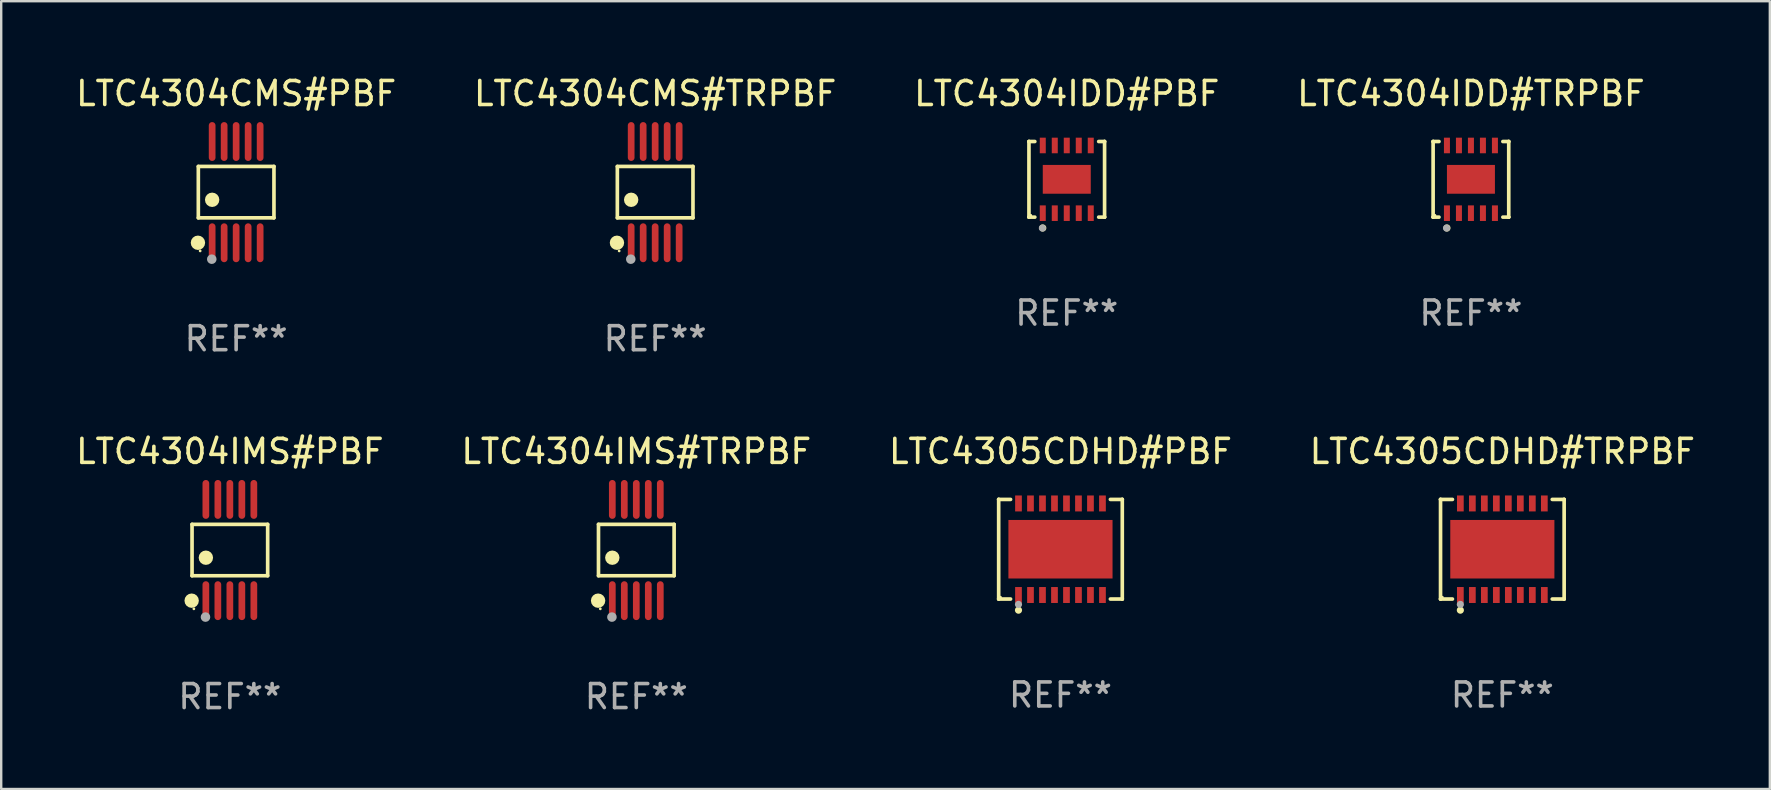
<source format=kicad_pcb>
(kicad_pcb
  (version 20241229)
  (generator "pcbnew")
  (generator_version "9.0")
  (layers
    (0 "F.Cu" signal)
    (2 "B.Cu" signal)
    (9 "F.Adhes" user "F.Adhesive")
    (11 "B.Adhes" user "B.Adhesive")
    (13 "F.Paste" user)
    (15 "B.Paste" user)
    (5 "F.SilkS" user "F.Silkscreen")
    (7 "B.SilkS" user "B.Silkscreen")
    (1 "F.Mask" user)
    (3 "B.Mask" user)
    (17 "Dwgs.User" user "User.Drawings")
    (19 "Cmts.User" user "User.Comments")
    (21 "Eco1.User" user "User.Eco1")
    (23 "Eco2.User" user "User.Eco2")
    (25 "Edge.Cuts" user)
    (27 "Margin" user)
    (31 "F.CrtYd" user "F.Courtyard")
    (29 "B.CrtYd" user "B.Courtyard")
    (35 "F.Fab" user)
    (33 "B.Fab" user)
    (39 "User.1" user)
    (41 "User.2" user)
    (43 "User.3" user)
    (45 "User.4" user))
  (footprint "LTC4304CMS#PBF"
    (layer "F.Cu")
    (at 6.792 4.958)
    (property "Reference" "LTC4304CMS#PBF" (at 0 -4.11 0) (layer "F.SilkS") (effects (font (size 1 1) (thickness 0.15))))
    (attr through_hole)
    (fp_line (start -1.576 -1.071) (end 1.576 -1.071) (stroke (width 0.152) (type solid)) (layer "F.SilkS"))
    (fp_line (start -1.576 1.071) (end -1.576 -1.071) (stroke (width 0.152) (type solid)) (layer "F.SilkS"))
    (fp_line (start 1.576 -1.071) (end 1.576 1.071) (stroke (width 0.152) (type solid)) (layer "F.SilkS"))
    (fp_line (start 1.576 1.071) (end -1.576 1.071) (stroke (width 0.152) (type solid)) (layer "F.SilkS"))
    (fp_circle (center -1.592 2.11) (end -1.442 2.11) (stroke (width 0.3) (type solid)) (fill no) (layer "F.SilkS"))
    (fp_circle (center -1.5 2.45) (end -1.47 2.45) (stroke (width 0.06) (type solid)) (fill no) (layer "F.SilkS"))
    (fp_circle (center -1 0.319) (end -0.85 0.319) (stroke (width 0.3) (type solid)) (fill no) (layer "F.SilkS"))
    (fp_circle (center -1.016 2.794) (end -0.916 2.794) (stroke (width 0.2) (type solid)) (fill no) (layer "F.Fab"))
    (fp_text user "REF**" (at 0 6.11 0) (layer "F.Fab") (effects (font (size 1 1) (thickness 0.15))))
    (pad "1" smd oval (at -1 2.11) (size 0.28 1.62) (layers "F.Cu" "F.Mask" "F.Paste"))
    (pad "2" smd oval (at -0.5 2.11) (size 0.28 1.62) (layers "F.Cu" "F.Mask" "F.Paste"))
    (pad "3" smd oval (at 0 2.11) (size 0.28 1.62) (layers "F.Cu" "F.Mask" "F.Paste"))
    (pad "4" smd oval (at 0.5 2.11) (size 0.28 1.62) (layers "F.Cu" "F.Mask" "F.Paste"))
    (pad "5" smd oval (at 1 2.11) (size 0.28 1.62) (layers "F.Cu" "F.Mask" "F.Paste"))
    (pad "6" smd oval (at 1 -2.11) (size 0.28 1.62) (layers "F.Cu" "F.Mask" "F.Paste"))
    (pad "7" smd oval (at 0.5 -2.11) (size 0.28 1.62) (layers "F.Cu" "F.Mask" "F.Paste"))
    (pad "8" smd oval (at 0 -2.11) (size 0.28 1.62) (layers "F.Cu" "F.Mask" "F.Paste"))
    (pad "9" smd oval (at -0.5 -2.11) (size 0.28 1.62) (layers "F.Cu" "F.Mask" "F.Paste"))
    (pad "10" smd oval (at -1 -2.11) (size 0.28 1.62) (layers "F.Cu" "F.Mask" "F.Paste")))
  (footprint "LTC4304IMS#PBF"
    (layer "F.Cu")
    (at 6.53 19.875)
    (property "Reference" "LTC4304IMS#PBF" (at 0 -4.11 0) (layer "F.SilkS") (effects (font (size 1 1) (thickness 0.15))))
    (attr through_hole)
    (fp_line (start -1.576 -1.071) (end 1.576 -1.071) (stroke (width 0.152) (type solid)) (layer "F.SilkS"))
    (fp_line (start -1.576 1.071) (end -1.576 -1.071) (stroke (width 0.152) (type solid)) (layer "F.SilkS"))
    (fp_line (start 1.576 -1.071) (end 1.576 1.071) (stroke (width 0.152) (type solid)) (layer "F.SilkS"))
    (fp_line (start 1.576 1.071) (end -1.576 1.071) (stroke (width 0.152) (type solid)) (layer "F.SilkS"))
    (fp_circle (center -1.592 2.11) (end -1.442 2.11) (stroke (width 0.3) (type solid)) (fill no) (layer "F.SilkS"))
    (fp_circle (center -1.5 2.45) (end -1.47 2.45) (stroke (width 0.06) (type solid)) (fill no) (layer "F.SilkS"))
    (fp_circle (center -1 0.319) (end -0.85 0.319) (stroke (width 0.3) (type solid)) (fill no) (layer "F.SilkS"))
    (fp_circle (center -1.016 2.794) (end -0.916 2.794) (stroke (width 0.2) (type solid)) (fill no) (layer "F.Fab"))
    (fp_text user "REF**" (at 0 6.11 0) (layer "F.Fab") (effects (font (size 1 1) (thickness 0.15))))
    (pad "1" smd oval (at -1 2.11) (size 0.28 1.62) (layers "F.Cu" "F.Mask" "F.Paste"))
    (pad "2" smd oval (at -0.5 2.11) (size 0.28 1.62) (layers "F.Cu" "F.Mask" "F.Paste"))
    (pad "3" smd oval (at 0 2.11) (size 0.28 1.62) (layers "F.Cu" "F.Mask" "F.Paste"))
    (pad "4" smd oval (at 0.5 2.11) (size 0.28 1.62) (layers "F.Cu" "F.Mask" "F.Paste"))
    (pad "5" smd oval (at 1 2.11) (size 0.28 1.62) (layers "F.Cu" "F.Mask" "F.Paste"))
    (pad "6" smd oval (at 1 -2.11) (size 0.28 1.62) (layers "F.Cu" "F.Mask" "F.Paste"))
    (pad "7" smd oval (at 0.5 -2.11) (size 0.28 1.62) (layers "F.Cu" "F.Mask" "F.Paste"))
    (pad "8" smd oval (at 0 -2.11) (size 0.28 1.62) (layers "F.Cu" "F.Mask" "F.Paste"))
    (pad "9" smd oval (at -0.5 -2.11) (size 0.28 1.62) (layers "F.Cu" "F.Mask" "F.Paste"))
    (pad "10" smd oval (at -1 -2.11) (size 0.28 1.62) (layers "F.Cu" "F.Mask" "F.Paste")))
  (footprint "LTC4304CMS#TRPBF"
    (layer "F.Cu")
    (at 24.256 4.958)
    (property "Reference" "LTC4304CMS#TRPBF" (at 0 -4.11 0) (layer "F.SilkS") (effects (font (size 1 1) (thickness 0.15))))
    (attr through_hole)
    (fp_line (start -1.576 -1.071) (end 1.576 -1.071) (stroke (width 0.152) (type solid)) (layer "F.SilkS"))
    (fp_line (start -1.576 1.071) (end -1.576 -1.071) (stroke (width 0.152) (type solid)) (layer "F.SilkS"))
    (fp_line (start 1.576 -1.071) (end 1.576 1.071) (stroke (width 0.152) (type solid)) (layer "F.SilkS"))
    (fp_line (start 1.576 1.071) (end -1.576 1.071) (stroke (width 0.152) (type solid)) (layer "F.SilkS"))
    (fp_circle (center -1.592 2.11) (end -1.442 2.11) (stroke (width 0.3) (type solid)) (fill no) (layer "F.SilkS"))
    (fp_circle (center -1.5 2.45) (end -1.47 2.45) (stroke (width 0.06) (type solid)) (fill no) (layer "F.SilkS"))
    (fp_circle (center -1 0.319) (end -0.85 0.319) (stroke (width 0.3) (type solid)) (fill no) (layer "F.SilkS"))
    (fp_circle (center -1.016 2.794) (end -0.916 2.794) (stroke (width 0.2) (type solid)) (fill no) (layer "F.Fab"))
    (fp_text user "REF**" (at 0 6.11 0) (layer "F.Fab") (effects (font (size 1 1) (thickness 0.15))))
    (pad "1" smd oval (at -1 2.11) (size 0.28 1.62) (layers "F.Cu" "F.Mask" "F.Paste"))
    (pad "2" smd oval (at -0.5 2.11) (size 0.28 1.62) (layers "F.Cu" "F.Mask" "F.Paste"))
    (pad "3" smd oval (at 0 2.11) (size 0.28 1.62) (layers "F.Cu" "F.Mask" "F.Paste"))
    (pad "4" smd oval (at 0.5 2.11) (size 0.28 1.62) (layers "F.Cu" "F.Mask" "F.Paste"))
    (pad "5" smd oval (at 1 2.11) (size 0.28 1.62) (layers "F.Cu" "F.Mask" "F.Paste"))
    (pad "6" smd oval (at 1 -2.11) (size 0.28 1.62) (layers "F.Cu" "F.Mask" "F.Paste"))
    (pad "7" smd oval (at 0.5 -2.11) (size 0.28 1.62) (layers "F.Cu" "F.Mask" "F.Paste"))
    (pad "8" smd oval (at 0 -2.11) (size 0.28 1.62) (layers "F.Cu" "F.Mask" "F.Paste"))
    (pad "9" smd oval (at -0.5 -2.11) (size 0.28 1.62) (layers "F.Cu" "F.Mask" "F.Paste"))
    (pad "10" smd oval (at -1 -2.11) (size 0.28 1.62) (layers "F.Cu" "F.Mask" "F.Paste")))
  (footprint "LTC4304IMS#TRPBF"
    (layer "F.Cu")
    (at 23.47 19.875)
    (property "Reference" "LTC4304IMS#TRPBF" (at 0 -4.11 0) (layer "F.SilkS") (effects (font (size 1 1) (thickness 0.15))))
    (attr through_hole)
    (fp_line (start -1.576 -1.071) (end 1.576 -1.071) (stroke (width 0.152) (type solid)) (layer "F.SilkS"))
    (fp_line (start -1.576 1.071) (end -1.576 -1.071) (stroke (width 0.152) (type solid)) (layer "F.SilkS"))
    (fp_line (start 1.576 -1.071) (end 1.576 1.071) (stroke (width 0.152) (type solid)) (layer "F.SilkS"))
    (fp_line (start 1.576 1.071) (end -1.576 1.071) (stroke (width 0.152) (type solid)) (layer "F.SilkS"))
    (fp_circle (center -1.592 2.11) (end -1.442 2.11) (stroke (width 0.3) (type solid)) (fill no) (layer "F.SilkS"))
    (fp_circle (center -1.5 2.45) (end -1.47 2.45) (stroke (width 0.06) (type solid)) (fill no) (layer "F.SilkS"))
    (fp_circle (center -1 0.319) (end -0.85 0.319) (stroke (width 0.3) (type solid)) (fill no) (layer "F.SilkS"))
    (fp_circle (center -1.016 2.794) (end -0.916 2.794) (stroke (width 0.2) (type solid)) (fill no) (layer "F.Fab"))
    (fp_text user "REF**" (at 0 6.11 0) (layer "F.Fab") (effects (font (size 1 1) (thickness 0.15))))
    (pad "1" smd oval (at -1 2.11) (size 0.28 1.62) (layers "F.Cu" "F.Mask" "F.Paste"))
    (pad "2" smd oval (at -0.5 2.11) (size 0.28 1.62) (layers "F.Cu" "F.Mask" "F.Paste"))
    (pad "3" smd oval (at 0 2.11) (size 0.28 1.62) (layers "F.Cu" "F.Mask" "F.Paste"))
    (pad "4" smd oval (at 0.5 2.11) (size 0.28 1.62) (layers "F.Cu" "F.Mask" "F.Paste"))
    (pad "5" smd oval (at 1 2.11) (size 0.28 1.62) (layers "F.Cu" "F.Mask" "F.Paste"))
    (pad "6" smd oval (at 1 -2.11) (size 0.28 1.62) (layers "F.Cu" "F.Mask" "F.Paste"))
    (pad "7" smd oval (at 0.5 -2.11) (size 0.28 1.62) (layers "F.Cu" "F.Mask" "F.Paste"))
    (pad "8" smd oval (at 0 -2.11) (size 0.28 1.62) (layers "F.Cu" "F.Mask" "F.Paste"))
    (pad "9" smd oval (at -0.5 -2.11) (size 0.28 1.62) (layers "F.Cu" "F.Mask" "F.Paste"))
    (pad "10" smd oval (at -1 -2.11) (size 0.28 1.62) (layers "F.Cu" "F.Mask" "F.Paste")))
  (footprint "LTC4305CDHD#TRPBF"
    (layer "F.Cu")
    (at 59.565 19.841)
    (property "Reference" "LTC4305CDHD#TRPBF" (at 0 -4.076 0) (layer "F.SilkS") (effects (font (size 1 1) (thickness 0.15))))
    (attr through_hole)
    (fp_line (start -2.576 -2.076) (end -2.576 -2.076) (stroke (width 0.152) (type solid)) (layer "F.SilkS"))
    (fp_line (start -2.576 -2.076) (end -2.08 -2.076) (stroke (width 0.152) (type solid)) (layer "F.SilkS"))
    (fp_line (start -2.576 2.076) (end -2.576 -2.076) (stroke (width 0.152) (type solid)) (layer "F.SilkS"))
    (fp_line (start -2.576 2.076) (end -2.576 2.076) (stroke (width 0.152) (type solid)) (layer "F.SilkS"))
    (fp_line (start -2.08 2.076) (end -2.576 2.076) (stroke (width 0.152) (type solid)) (layer "F.SilkS"))
    (fp_line (start 2.08 2.076) (end 2.576 2.076) (stroke (width 0.152) (type solid)) (layer "F.SilkS"))
    (fp_line (start 2.576 -2.076) (end 2.08 -2.076) (stroke (width 0.152) (type solid)) (layer "F.SilkS"))
    (fp_line (start 2.576 -2.076) (end 2.576 -2.076) (stroke (width 0.152) (type solid)) (layer "F.SilkS"))
    (fp_line (start 2.576 2.076) (end 2.576 -2.076) (stroke (width 0.152) (type solid)) (layer "F.SilkS"))
    (fp_line (start 2.576 2.076) (end 2.576 2.076) (stroke (width 0.152) (type solid)) (layer "F.SilkS"))
    (fp_circle (center -2.5 2) (end -2.47 2) (stroke (width 0.06) (type solid)) (fill no) (layer "F.SilkS"))
    (fp_circle (center -1.75 2.54) (end -1.675 2.54) (stroke (width 0.15) (type solid)) (fill no) (layer "F.SilkS"))
    (fp_circle (center -1.75 2.3) (end -1.675 2.3) (stroke (width 0.15) (type solid)) (fill no) (layer "F.Fab"))
    (fp_text user "REF**" (at 0 6.076 0) (layer "F.Fab") (effects (font (size 1 1) (thickness 0.15))))
    (pad "1" smd rect (at -1.75 1.908) (size 0.28 0.665) (layers "F.Cu" "F.Mask" "F.Paste"))
    (pad "2" smd rect (at -1.25 1.908) (size 0.28 0.665) (layers "F.Cu" "F.Mask" "F.Paste"))
    (pad "3" smd rect (at -0.75 1.908) (size 0.28 0.665) (layers "F.Cu" "F.Mask" "F.Paste"))
    (pad "4" smd rect (at -0.25 1.908) (size 0.28 0.665) (layers "F.Cu" "F.Mask" "F.Paste"))
    (pad "5" smd rect (at 0.25 1.908) (size 0.28 0.665) (layers "F.Cu" "F.Mask" "F.Paste"))
    (pad "6" smd rect (at 0.75 1.908) (size 0.28 0.665) (layers "F.Cu" "F.Mask" "F.Paste"))
    (pad "7" smd rect (at 1.25 1.908) (size 0.28 0.665) (layers "F.Cu" "F.Mask" "F.Paste"))
    (pad "8" smd rect (at 1.75 1.908) (size 0.28 0.665) (layers "F.Cu" "F.Mask" "F.Paste"))
    (pad "9" smd rect (at 1.75 -1.908) (size 0.28 0.665) (layers "F.Cu" "F.Mask" "F.Paste"))
    (pad "10" smd rect (at 1.25 -1.908) (size 0.28 0.665) (layers "F.Cu" "F.Mask" "F.Paste"))
    (pad "11" smd rect (at 0.75 -1.908) (size 0.28 0.665) (layers "F.Cu" "F.Mask" "F.Paste"))
    (pad "12" smd rect (at 0.25 -1.908) (size 0.28 0.665) (layers "F.Cu" "F.Mask" "F.Paste"))
    (pad "13" smd rect (at -0.25 -1.908) (size 0.28 0.665) (layers "F.Cu" "F.Mask" "F.Paste"))
    (pad "14" smd rect (at -0.75 -1.908) (size 0.28 0.665) (layers "F.Cu" "F.Mask" "F.Paste"))
    (pad "15" smd rect (at -1.25 -1.908) (size 0.28 0.665) (layers "F.Cu" "F.Mask" "F.Paste"))
    (pad "16" smd rect (at -1.75 -1.908) (size 0.28 0.665) (layers "F.Cu" "F.Mask" "F.Paste"))
    (pad "17" smd rect (at 0 0) (size 4.34 2.44) (layers "F.Cu" "F.Mask" "F.Paste")))
  (footprint "LTC4304IDD#PBF"
    (layer "F.Cu")
    (at 41.411 4.424)
    (property "Reference" "LTC4304IDD#PBF" (at 0 -3.576 0) (layer "F.SilkS") (effects (font (size 1 1) (thickness 0.15))))
    (attr through_hole)
    (fp_line (start -1.576 -1.576) (end -1.576 -1.576) (stroke (width 0.152) (type solid)) (layer "F.SilkS"))
    (fp_line (start -1.576 -1.576) (end -1.331 -1.576) (stroke (width 0.152) (type solid)) (layer "F.SilkS"))
    (fp_line (start -1.576 1.576) (end -1.576 -1.576) (stroke (width 0.152) (type solid)) (layer "F.SilkS"))
    (fp_line (start -1.576 1.576) (end -1.576 1.576) (stroke (width 0.152) (type solid)) (layer "F.SilkS"))
    (fp_line (start -1.331 1.576) (end -1.576 1.576) (stroke (width 0.152) (type solid)) (layer "F.SilkS"))
    (fp_line (start 1.331 1.576) (end 1.576 1.576) (stroke (width 0.152) (type solid)) (layer "F.SilkS"))
    (fp_line (start 1.576 -1.576) (end 1.331 -1.576) (stroke (width 0.152) (type solid)) (layer "F.SilkS"))
    (fp_line (start 1.576 -1.576) (end 1.576 -1.576) (stroke (width 0.152) (type solid)) (layer "F.SilkS"))
    (fp_line (start 1.576 1.576) (end 1.576 -1.576) (stroke (width 0.152) (type solid)) (layer "F.SilkS"))
    (fp_line (start 1.576 1.576) (end 1.576 1.576) (stroke (width 0.152) (type solid)) (layer "F.SilkS"))
    (fp_circle (center -1.5 1.5) (end -1.47 1.5) (stroke (width 0.06) (type solid)) (fill no) (layer "F.SilkS"))
    (fp_circle (center -1 2.028) (end -0.925 2.028) (stroke (width 0.15) (type solid)) (fill no) (layer "F.SilkS"))
    (fp_circle (center -1.016 2.032) (end -0.941 2.032) (stroke (width 0.15) (type solid)) (fill no) (layer "F.Fab"))
    (fp_text user "REF**" (at 0 5.576 0) (layer "F.Fab") (effects (font (size 1 1) (thickness 0.15))))
    (pad "1" smd rect (at -1 1.411) (size 0.25 0.65) (layers "F.Cu" "F.Mask" "F.Paste"))
    (pad "2" smd rect (at -0.5 1.411) (size 0.25 0.65) (layers "F.Cu" "F.Mask" "F.Paste"))
    (pad "3" smd rect (at 0 1.411) (size 0.25 0.65) (layers "F.Cu" "F.Mask" "F.Paste"))
    (pad "4" smd rect (at 0.5 1.411) (size 0.25 0.65) (layers "F.Cu" "F.Mask" "F.Paste"))
    (pad "5" smd rect (at 1 1.411) (size 0.25 0.65) (layers "F.Cu" "F.Mask" "F.Paste"))
    (pad "6" smd rect (at 1 -1.411) (size 0.25 0.65) (layers "F.Cu" "F.Mask" "F.Paste"))
    (pad "7" smd rect (at 0.5 -1.411) (size 0.25 0.65) (layers "F.Cu" "F.Mask" "F.Paste"))
    (pad "8" smd rect (at 0 -1.411) (size 0.25 0.65) (layers "F.Cu" "F.Mask" "F.Paste"))
    (pad "9" smd rect (at -0.5 -1.411) (size 0.25 0.65) (layers "F.Cu" "F.Mask" "F.Paste"))
    (pad "10" smd rect (at -1 -1.411) (size 0.25 0.65) (layers "F.Cu" "F.Mask" "F.Paste"))
    (pad "11" smd rect (at 0 0) (size 2 1.2) (layers "F.Cu" "F.Mask" "F.Paste")))
  (footprint "LTC4305CDHD#PBF"
    (layer "F.Cu")
    (at 41.149 19.841)
    (property "Reference" "LTC4305CDHD#PBF" (at 0 -4.076 0) (layer "F.SilkS") (effects (font (size 1 1) (thickness 0.15))))
    (attr through_hole)
    (fp_line (start -2.576 -2.076) (end -2.576 -2.076) (stroke (width 0.152) (type solid)) (layer "F.SilkS"))
    (fp_line (start -2.576 -2.076) (end -2.08 -2.076) (stroke (width 0.152) (type solid)) (layer "F.SilkS"))
    (fp_line (start -2.576 2.076) (end -2.576 -2.076) (stroke (width 0.152) (type solid)) (layer "F.SilkS"))
    (fp_line (start -2.576 2.076) (end -2.576 2.076) (stroke (width 0.152) (type solid)) (layer "F.SilkS"))
    (fp_line (start -2.08 2.076) (end -2.576 2.076) (stroke (width 0.152) (type solid)) (layer "F.SilkS"))
    (fp_line (start 2.08 2.076) (end 2.576 2.076) (stroke (width 0.152) (type solid)) (layer "F.SilkS"))
    (fp_line (start 2.576 -2.076) (end 2.08 -2.076) (stroke (width 0.152) (type solid)) (layer "F.SilkS"))
    (fp_line (start 2.576 -2.076) (end 2.576 -2.076) (stroke (width 0.152) (type solid)) (layer "F.SilkS"))
    (fp_line (start 2.576 2.076) (end 2.576 -2.076) (stroke (width 0.152) (type solid)) (layer "F.SilkS"))
    (fp_line (start 2.576 2.076) (end 2.576 2.076) (stroke (width 0.152) (type solid)) (layer "F.SilkS"))
    (fp_circle (center -2.5 2) (end -2.47 2) (stroke (width 0.06) (type solid)) (fill no) (layer "F.SilkS"))
    (fp_circle (center -1.75 2.54) (end -1.675 2.54) (stroke (width 0.15) (type solid)) (fill no) (layer "F.SilkS"))
    (fp_circle (center -1.75 2.3) (end -1.675 2.3) (stroke (width 0.15) (type solid)) (fill no) (layer "F.Fab"))
    (fp_text user "REF**" (at 0 6.076 0) (layer "F.Fab") (effects (font (size 1 1) (thickness 0.15))))
    (pad "1" smd rect (at -1.75 1.908) (size 0.28 0.665) (layers "F.Cu" "F.Mask" "F.Paste"))
    (pad "2" smd rect (at -1.25 1.908) (size 0.28 0.665) (layers "F.Cu" "F.Mask" "F.Paste"))
    (pad "3" smd rect (at -0.75 1.908) (size 0.28 0.665) (layers "F.Cu" "F.Mask" "F.Paste"))
    (pad "4" smd rect (at -0.25 1.908) (size 0.28 0.665) (layers "F.Cu" "F.Mask" "F.Paste"))
    (pad "5" smd rect (at 0.25 1.908) (size 0.28 0.665) (layers "F.Cu" "F.Mask" "F.Paste"))
    (pad "6" smd rect (at 0.75 1.908) (size 0.28 0.665) (layers "F.Cu" "F.Mask" "F.Paste"))
    (pad "7" smd rect (at 1.25 1.908) (size 0.28 0.665) (layers "F.Cu" "F.Mask" "F.Paste"))
    (pad "8" smd rect (at 1.75 1.908) (size 0.28 0.665) (layers "F.Cu" "F.Mask" "F.Paste"))
    (pad "9" smd rect (at 1.75 -1.908) (size 0.28 0.665) (layers "F.Cu" "F.Mask" "F.Paste"))
    (pad "10" smd rect (at 1.25 -1.908) (size 0.28 0.665) (layers "F.Cu" "F.Mask" "F.Paste"))
    (pad "11" smd rect (at 0.75 -1.908) (size 0.28 0.665) (layers "F.Cu" "F.Mask" "F.Paste"))
    (pad "12" smd rect (at 0.25 -1.908) (size 0.28 0.665) (layers "F.Cu" "F.Mask" "F.Paste"))
    (pad "13" smd rect (at -0.25 -1.908) (size 0.28 0.665) (layers "F.Cu" "F.Mask" "F.Paste"))
    (pad "14" smd rect (at -0.75 -1.908) (size 0.28 0.665) (layers "F.Cu" "F.Mask" "F.Paste"))
    (pad "15" smd rect (at -1.25 -1.908) (size 0.28 0.665) (layers "F.Cu" "F.Mask" "F.Paste"))
    (pad "16" smd rect (at -1.75 -1.908) (size 0.28 0.665) (layers "F.Cu" "F.Mask" "F.Paste"))
    (pad "17" smd rect (at 0 0) (size 4.34 2.44) (layers "F.Cu" "F.Mask" "F.Paste")))
  (footprint "LTC4304IDD#TRPBF"
    (layer "F.Cu")
    (at 58.256 4.424)
    (property "Reference" "LTC4304IDD#TRPBF" (at 0 -3.576 0) (layer "F.SilkS") (effects (font (size 1 1) (thickness 0.15))))
    (attr through_hole)
    (fp_line (start -1.576 -1.576) (end -1.576 -1.576) (stroke (width 0.152) (type solid)) (layer "F.SilkS"))
    (fp_line (start -1.576 -1.576) (end -1.331 -1.576) (stroke (width 0.152) (type solid)) (layer "F.SilkS"))
    (fp_line (start -1.576 1.576) (end -1.576 -1.576) (stroke (width 0.152) (type solid)) (layer "F.SilkS"))
    (fp_line (start -1.576 1.576) (end -1.576 1.576) (stroke (width 0.152) (type solid)) (layer "F.SilkS"))
    (fp_line (start -1.331 1.576) (end -1.576 1.576) (stroke (width 0.152) (type solid)) (layer "F.SilkS"))
    (fp_line (start 1.331 1.576) (end 1.576 1.576) (stroke (width 0.152) (type solid)) (layer "F.SilkS"))
    (fp_line (start 1.576 -1.576) (end 1.331 -1.576) (stroke (width 0.152) (type solid)) (layer "F.SilkS"))
    (fp_line (start 1.576 -1.576) (end 1.576 -1.576) (stroke (width 0.152) (type solid)) (layer "F.SilkS"))
    (fp_line (start 1.576 1.576) (end 1.576 -1.576) (stroke (width 0.152) (type solid)) (layer "F.SilkS"))
    (fp_line (start 1.576 1.576) (end 1.576 1.576) (stroke (width 0.152) (type solid)) (layer "F.SilkS"))
    (fp_circle (center -1.5 1.5) (end -1.47 1.5) (stroke (width 0.06) (type solid)) (fill no) (layer "F.SilkS"))
    (fp_circle (center -1 2.028) (end -0.925 2.028) (stroke (width 0.15) (type solid)) (fill no) (layer "F.SilkS"))
    (fp_circle (center -1.016 2.032) (end -0.941 2.032) (stroke (width 0.15) (type solid)) (fill no) (layer "F.Fab"))
    (fp_text user "REF**" (at 0 5.576 0) (layer "F.Fab") (effects (font (size 1 1) (thickness 0.15))))
    (pad "1" smd rect (at -1 1.411) (size 0.25 0.65) (layers "F.Cu" "F.Mask" "F.Paste"))
    (pad "2" smd rect (at -0.5 1.411) (size 0.25 0.65) (layers "F.Cu" "F.Mask" "F.Paste"))
    (pad "3" smd rect (at 0 1.411) (size 0.25 0.65) (layers "F.Cu" "F.Mask" "F.Paste"))
    (pad "4" smd rect (at 0.5 1.411) (size 0.25 0.65) (layers "F.Cu" "F.Mask" "F.Paste"))
    (pad "5" smd rect (at 1 1.411) (size 0.25 0.65) (layers "F.Cu" "F.Mask" "F.Paste"))
    (pad "6" smd rect (at 1 -1.411) (size 0.25 0.65) (layers "F.Cu" "F.Mask" "F.Paste"))
    (pad "7" smd rect (at 0.5 -1.411) (size 0.25 0.65) (layers "F.Cu" "F.Mask" "F.Paste"))
    (pad "8" smd rect (at 0 -1.411) (size 0.25 0.65) (layers "F.Cu" "F.Mask" "F.Paste"))
    (pad "9" smd rect (at -0.5 -1.411) (size 0.25 0.65) (layers "F.Cu" "F.Mask" "F.Paste"))
    (pad "10" smd rect (at -1 -1.411) (size 0.25 0.65) (layers "F.Cu" "F.Mask" "F.Paste"))
    (pad "11" smd rect (at 0 0) (size 2 1.2) (layers "F.Cu" "F.Mask" "F.Paste")))
  (gr_rect
    (start -3 -3)
    (end 70.714 29.833)
    (stroke (width 0.1) (type default))
    (fill no)
    (layer "Edge.Cuts")))
</source>
